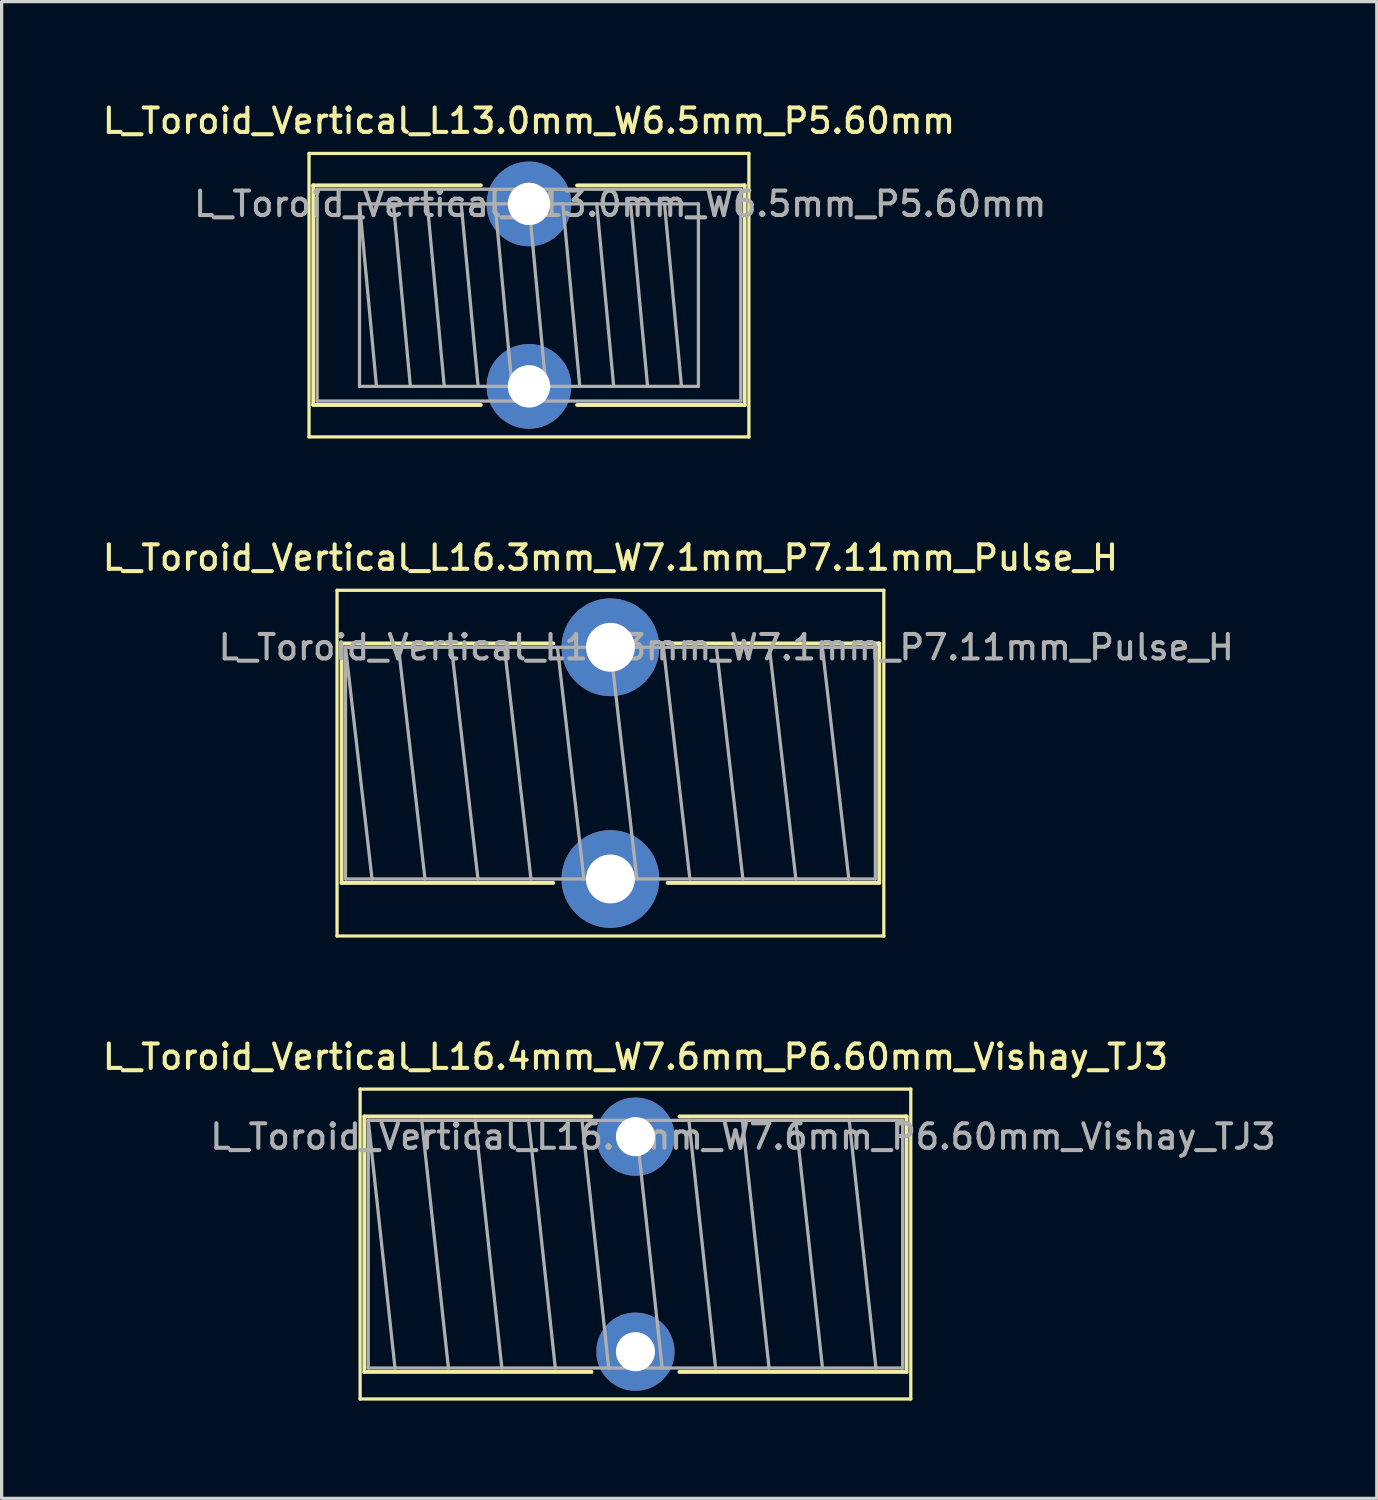
<source format=kicad_pcb>
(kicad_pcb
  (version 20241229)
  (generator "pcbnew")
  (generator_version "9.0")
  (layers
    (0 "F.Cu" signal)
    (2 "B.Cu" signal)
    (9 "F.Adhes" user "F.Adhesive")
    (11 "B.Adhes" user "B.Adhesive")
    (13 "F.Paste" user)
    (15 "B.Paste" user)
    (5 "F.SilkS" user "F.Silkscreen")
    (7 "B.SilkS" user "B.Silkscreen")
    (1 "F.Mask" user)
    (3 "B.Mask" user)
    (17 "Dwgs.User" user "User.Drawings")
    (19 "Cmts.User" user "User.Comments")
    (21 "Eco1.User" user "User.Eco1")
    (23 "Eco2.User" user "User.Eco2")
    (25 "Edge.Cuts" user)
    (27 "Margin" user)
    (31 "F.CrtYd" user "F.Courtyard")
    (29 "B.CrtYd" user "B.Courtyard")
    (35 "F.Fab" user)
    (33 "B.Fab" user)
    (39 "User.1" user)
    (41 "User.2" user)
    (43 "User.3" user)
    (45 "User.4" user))
  (footprint "L_Toroid_Vertical_L16.3mm_W7.1mm_P7.11mm_Pulse_H"
    (layer "F.Cu")
    (at 15.684 16.816)
    (property "Reference" "L_Toroid_Vertical_L16.3mm_W7.1mm_P7.11mm_Pulse_H" (at 0 -2.75 0) (layer "F.SilkS") (effects (font (size 0.75 0.75) (thickness 0.125))))
    (attr through_hole)
    (fp_line (start -8.39 -1.75) (end -8.39 8.86) (stroke (width 0.1) (type solid)) (layer "F.SilkS"))
    (fp_line (start -8.39 8.86) (end 8.39 8.86) (stroke (width 0.1) (type solid)) (layer "F.SilkS"))
    (fp_line (start -8.25 -0.12) (end -8.25 7.23) (stroke (width 0.12) (type solid)) (layer "F.SilkS"))
    (fp_line (start -8.25 -0.12) (end -1.755 -0.12) (stroke (width 0.12) (type solid)) (layer "F.SilkS"))
    (fp_line (start -8.25 7.23) (end -1.755 7.23) (stroke (width 0.12) (type solid)) (layer "F.SilkS"))
    (fp_line (start 1.755 -0.12) (end 8.25 -0.12) (stroke (width 0.12) (type solid)) (layer "F.SilkS"))
    (fp_line (start 1.755 7.23) (end 8.25 7.23) (stroke (width 0.12) (type solid)) (layer "F.SilkS"))
    (fp_line (start 8.25 -0.12) (end 8.25 7.23) (stroke (width 0.12) (type solid)) (layer "F.SilkS"))
    (fp_line (start 8.39 -1.75) (end -8.39 -1.75) (stroke (width 0.1) (type solid)) (layer "F.SilkS"))
    (fp_line (start 8.39 8.86) (end 8.39 -1.75) (stroke (width 0.1) (type solid)) (layer "F.SilkS"))
    (fp_line (start -8.13 0) (end -8.13 7.11) (stroke (width 0.1) (type solid)) (layer "F.Fab"))
    (fp_line (start -8.13 0) (end -7.317 7.11) (stroke (width 0.1) (type solid)) (layer "F.Fab"))
    (fp_line (start -8.13 7.11) (end 8.13 7.11) (stroke (width 0.1) (type solid)) (layer "F.Fab"))
    (fp_line (start -6.504 0) (end -5.691 7.11) (stroke (width 0.1) (type solid)) (layer "F.Fab"))
    (fp_line (start -4.878 0) (end -4.065 7.11) (stroke (width 0.1) (type solid)) (layer "F.Fab"))
    (fp_line (start -3.252 0) (end -2.439 7.11) (stroke (width 0.1) (type solid)) (layer "F.Fab"))
    (fp_line (start -1.626 0) (end -0.813 7.11) (stroke (width 0.1) (type solid)) (layer "F.Fab"))
    (fp_line (start 0 0) (end 0.813 7.11) (stroke (width 0.1) (type solid)) (layer "F.Fab"))
    (fp_line (start 1.626 0) (end 2.439 7.11) (stroke (width 0.1) (type solid)) (layer "F.Fab"))
    (fp_line (start 3.252 0) (end 4.065 7.11) (stroke (width 0.1) (type solid)) (layer "F.Fab"))
    (fp_line (start 4.878 0) (end 5.691 7.11) (stroke (width 0.1) (type solid)) (layer "F.Fab"))
    (fp_line (start 6.504 0) (end 7.317 7.11) (stroke (width 0.1) (type solid)) (layer "F.Fab"))
    (fp_line (start 8.13 0) (end -8.13 0) (stroke (width 0.1) (type solid)) (layer "F.Fab"))
    (fp_line (start 8.13 7.11) (end 8.13 0) (stroke (width 0.1) (type solid)) (layer "F.Fab"))
    (fp_text user "${REFERENCE}" (at 3.555 0 0) (layer "F.Fab") (effects (font (size 0.75 0.75) (thickness 0.125))))
    (pad "1" thru_hole circle (at 0 0) (size 3 3) (drill 1.5) (layers "*.Cu" "*.Mask"))
    (pad "2" thru_hole circle (at 0 7.11) (size 3 3) (drill 1.5) (layers "*.Cu" "*.Mask")))
  (footprint "L_Toroid_Vertical_L16.4mm_W7.6mm_P6.60mm_Vishay_TJ3"
    (layer "F.Cu")
    (at 16.452 31.834)
    (property "Reference" "L_Toroid_Vertical_L16.4mm_W7.6mm_P6.60mm_Vishay_TJ3" (at 0 -2.45 0) (layer "F.SilkS") (effects (font (size 0.75 0.75) (thickness 0.125))))
    (attr through_hole)
    (fp_line (start -8.45 -1.46) (end -8.45 8.05) (stroke (width 0.1) (type solid)) (layer "F.SilkS"))
    (fp_line (start -8.45 8.05) (end 8.45 8.05) (stroke (width 0.1) (type solid)) (layer "F.SilkS"))
    (fp_line (start -8.32 -0.62) (end -8.32 7.22) (stroke (width 0.12) (type solid)) (layer "F.SilkS"))
    (fp_line (start -8.32 -0.62) (end -1.35 -0.62) (stroke (width 0.12) (type solid)) (layer "F.SilkS"))
    (fp_line (start -8.32 7.22) (end -1.35 7.22) (stroke (width 0.12) (type solid)) (layer "F.SilkS"))
    (fp_line (start 1.35 -0.62) (end 8.32 -0.62) (stroke (width 0.12) (type solid)) (layer "F.SilkS"))
    (fp_line (start 1.35 7.22) (end 8.32 7.22) (stroke (width 0.12) (type solid)) (layer "F.SilkS"))
    (fp_line (start 8.32 -0.62) (end 8.32 7.22) (stroke (width 0.12) (type solid)) (layer "F.SilkS"))
    (fp_line (start 8.45 -1.46) (end -8.45 -1.46) (stroke (width 0.1) (type solid)) (layer "F.SilkS"))
    (fp_line (start 8.45 8.05) (end 8.45 -1.46) (stroke (width 0.1) (type solid)) (layer "F.SilkS"))
    (fp_line (start -8.2 -0.5) (end -8.2 7.1) (stroke (width 0.1) (type solid)) (layer "F.Fab"))
    (fp_line (start -8.2 -0.5) (end -7.38 7.1) (stroke (width 0.1) (type solid)) (layer "F.Fab"))
    (fp_line (start -8.2 7.1) (end 8.2 7.1) (stroke (width 0.1) (type solid)) (layer "F.Fab"))
    (fp_line (start -6.56 -0.5) (end -5.74 7.1) (stroke (width 0.1) (type solid)) (layer "F.Fab"))
    (fp_line (start -4.92 -0.5) (end -4.1 7.1) (stroke (width 0.1) (type solid)) (layer "F.Fab"))
    (fp_line (start -3.28 -0.5) (end -2.46 7.1) (stroke (width 0.1) (type solid)) (layer "F.Fab"))
    (fp_line (start -1.64 -0.5) (end -0.82 7.1) (stroke (width 0.1) (type solid)) (layer "F.Fab"))
    (fp_line (start 0 -0.5) (end 0.82 7.1) (stroke (width 0.1) (type solid)) (layer "F.Fab"))
    (fp_line (start 1.64 -0.5) (end 2.46 7.1) (stroke (width 0.1) (type solid)) (layer "F.Fab"))
    (fp_line (start 3.28 -0.5) (end 4.1 7.1) (stroke (width 0.1) (type solid)) (layer "F.Fab"))
    (fp_line (start 4.92 -0.5) (end 5.74 7.1) (stroke (width 0.1) (type solid)) (layer "F.Fab"))
    (fp_line (start 6.56 -0.5) (end 7.38 7.1) (stroke (width 0.1) (type solid)) (layer "F.Fab"))
    (fp_line (start 8.2 -0.5) (end -8.2 -0.5) (stroke (width 0.1) (type solid)) (layer "F.Fab"))
    (fp_line (start 8.2 7.1) (end 8.2 -0.5) (stroke (width 0.1) (type solid)) (layer "F.Fab"))
    (fp_text user "${REFERENCE}" (at 3.3 0 0) (layer "F.Fab") (effects (font (size 0.75 0.75) (thickness 0.125))))
    (pad "1" thru_hole circle (at 0 0) (size 2.4 2.4) (drill 1.2) (layers "*.Cu" "*.Mask"))
    (pad "2" thru_hole circle (at 0 6.6) (size 2.4 2.4) (drill 1.2) (layers "*.Cu" "*.Mask")))
  (footprint "L_Toroid_Vertical_L13.0mm_W6.5mm_P5.60mm"
    (layer "F.Cu")
    (at 13.184 3.208)
    (property "Reference" "L_Toroid_Vertical_L13.0mm_W6.5mm_P5.60mm" (at 0 -2.55 0) (layer "F.SilkS") (effects (font (size 0.75 0.75) (thickness 0.125))))
    (attr through_hole)
    (fp_line (start -6.75 -1.55) (end -6.75 7.15) (stroke (width 0.1) (type solid)) (layer "F.SilkS"))
    (fp_line (start -6.75 7.15) (end 6.75 7.15) (stroke (width 0.1) (type solid)) (layer "F.SilkS"))
    (fp_line (start -6.62 -0.57) (end -6.62 6.17) (stroke (width 0.12) (type solid)) (layer "F.SilkS"))
    (fp_line (start -6.62 -0.57) (end -1.478 -0.57) (stroke (width 0.12) (type solid)) (layer "F.SilkS"))
    (fp_line (start -6.62 6.17) (end -1.478 6.17) (stroke (width 0.12) (type solid)) (layer "F.SilkS"))
    (fp_line (start 1.478 -0.57) (end 6.62 -0.57) (stroke (width 0.12) (type solid)) (layer "F.SilkS"))
    (fp_line (start 1.478 6.17) (end 6.62 6.17) (stroke (width 0.12) (type solid)) (layer "F.SilkS"))
    (fp_line (start 6.62 -0.57) (end 6.62 6.17) (stroke (width 0.12) (type solid)) (layer "F.SilkS"))
    (fp_line (start 6.75 -1.55) (end -6.75 -1.55) (stroke (width 0.1) (type solid)) (layer "F.SilkS"))
    (fp_line (start 6.75 7.15) (end 6.75 -1.55) (stroke (width 0.1) (type solid)) (layer "F.SilkS"))
    (fp_line (start -6.5 -0.45) (end -6.5 6.05) (stroke (width 0.1) (type solid)) (layer "F.Fab"))
    (fp_line (start -6.5 6.05) (end 6.5 6.05) (stroke (width 0.1) (type solid)) (layer "F.Fab"))
    (fp_line (start -5.2 0) (end -5.2 5.6) (stroke (width 0.1) (type solid)) (layer "F.Fab"))
    (fp_line (start -5.2 0) (end -4.68 5.6) (stroke (width 0.1) (type solid)) (layer "F.Fab"))
    (fp_line (start -5.2 5.6) (end 5.2 5.6) (stroke (width 0.1) (type solid)) (layer "F.Fab"))
    (fp_line (start -4.16 0) (end -3.64 5.6) (stroke (width 0.1) (type solid)) (layer "F.Fab"))
    (fp_line (start -3.12 0) (end -2.6 5.6) (stroke (width 0.1) (type solid)) (layer "F.Fab"))
    (fp_line (start -2.08 0) (end -1.56 5.6) (stroke (width 0.1) (type solid)) (layer "F.Fab"))
    (fp_line (start -1.04 0) (end -0.52 5.6) (stroke (width 0.1) (type solid)) (layer "F.Fab"))
    (fp_line (start 0 0) (end 0.52 5.6) (stroke (width 0.1) (type solid)) (layer "F.Fab"))
    (fp_line (start 1.04 0) (end 1.56 5.6) (stroke (width 0.1) (type solid)) (layer "F.Fab"))
    (fp_line (start 2.08 0) (end 2.6 5.6) (stroke (width 0.1) (type solid)) (layer "F.Fab"))
    (fp_line (start 3.12 0) (end 3.64 5.6) (stroke (width 0.1) (type solid)) (layer "F.Fab"))
    (fp_line (start 4.16 0) (end 4.68 5.6) (stroke (width 0.1) (type solid)) (layer "F.Fab"))
    (fp_line (start 5.2 0) (end -5.2 0) (stroke (width 0.1) (type solid)) (layer "F.Fab"))
    (fp_line (start 5.2 5.6) (end 5.2 0) (stroke (width 0.1) (type solid)) (layer "F.Fab"))
    (fp_line (start 6.5 -0.45) (end -6.5 -0.45) (stroke (width 0.1) (type solid)) (layer "F.Fab"))
    (fp_line (start 6.5 6.05) (end 6.5 -0.45) (stroke (width 0.1) (type solid)) (layer "F.Fab"))
    (fp_text user "${REFERENCE}" (at 2.8 0 0) (layer "F.Fab") (effects (font (size 0.75 0.75) (thickness 0.125))))
    (pad "1" thru_hole circle (at 0 0) (size 2.6 2.6) (drill 1.3) (layers "*.Cu" "*.Mask"))
    (pad "2" thru_hole circle (at 0 5.6) (size 2.6 2.6) (drill 1.3) (layers "*.Cu" "*.Mask")))
  (gr_rect
    (start -3 -3)
    (end 39.204 42.934)
    (stroke (width 0.1) (type default))
    (fill no)
    (layer "Edge.Cuts")))
</source>
